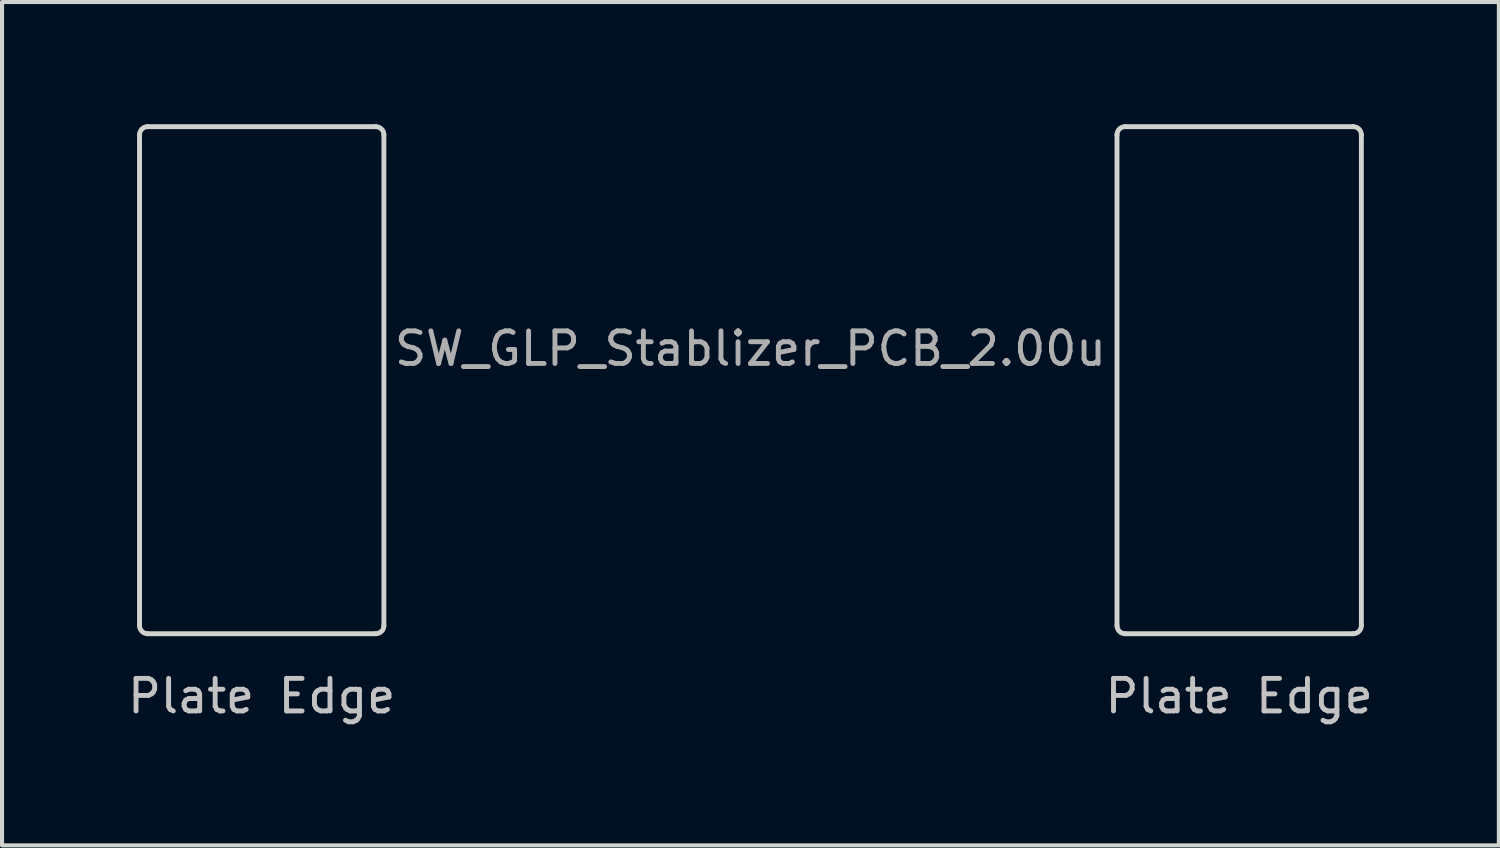
<source format=kicad_pcb>
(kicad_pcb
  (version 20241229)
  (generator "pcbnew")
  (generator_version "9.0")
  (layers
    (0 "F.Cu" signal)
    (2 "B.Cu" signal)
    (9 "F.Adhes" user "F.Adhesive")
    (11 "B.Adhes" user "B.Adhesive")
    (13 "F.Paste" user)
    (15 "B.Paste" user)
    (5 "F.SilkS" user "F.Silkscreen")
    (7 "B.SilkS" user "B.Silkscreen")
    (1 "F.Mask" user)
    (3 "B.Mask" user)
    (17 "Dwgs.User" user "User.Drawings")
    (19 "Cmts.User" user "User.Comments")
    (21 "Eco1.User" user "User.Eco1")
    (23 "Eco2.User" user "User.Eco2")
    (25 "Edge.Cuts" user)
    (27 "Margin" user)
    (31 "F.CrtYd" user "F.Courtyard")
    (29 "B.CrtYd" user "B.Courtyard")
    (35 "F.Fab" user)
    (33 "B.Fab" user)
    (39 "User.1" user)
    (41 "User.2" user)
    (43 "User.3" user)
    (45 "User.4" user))
  (footprint "SW_GLP_Stablizer_PCB_2.00u"
    (layer "F.Cu")
    (at 15.376 5.51)
    (property "Reference" "SW_GLP_Stablizer_PCB_2.00u" (at 0 0 0) (layer "F.Fab") (effects (font (size 0.8 0.8) (thickness 0.12))))
    (attr smd)
    (fp_line (start -15 -5.25) (end -15 6.8) (stroke (width 0.12) (type default)) (layer "Edge.Cuts"))
    (fp_line (start -14.8 7) (end -9.2 7) (stroke (width 0.12) (type default)) (layer "Edge.Cuts"))
    (fp_line (start -9.2 -5.45) (end -14.8 -5.45) (stroke (width 0.12) (type default)) (layer "Edge.Cuts"))
    (fp_line (start -9 -5.25) (end -9 6.8) (stroke (width 0.12) (type default)) (layer "Edge.Cuts"))
    (fp_line (start 9 -5.25) (end 9 6.8) (stroke (width 0.12) (type default)) (layer "Edge.Cuts"))
    (fp_line (start 9.2 7) (end 14.8 7) (stroke (width 0.12) (type default)) (layer "Edge.Cuts"))
    (fp_line (start 14.8 -5.45) (end 9.2 -5.45) (stroke (width 0.12) (type default)) (layer "Edge.Cuts"))
    (fp_line (start 15 -5.25) (end 15 6.8) (stroke (width 0.12) (type default)) (layer "Edge.Cuts"))
    (fp_arc (start -15 -5.25) (mid -14.941421 -5.391421) (end -14.8 -5.45) (stroke (width 0.12) (type default)) (layer "Edge.Cuts"))
    (fp_arc (start -14.8 7) (mid -14.941421 6.941421) (end -15 6.8) (stroke (width 0.12) (type default)) (layer "Edge.Cuts"))
    (fp_arc (start -9.2 -5.45) (mid -9.058579 -5.391421) (end -9 -5.25) (stroke (width 0.12) (type default)) (layer "Edge.Cuts"))
    (fp_arc (start -9 6.8) (mid -9.058579 6.941421) (end -9.2 7) (stroke (width 0.12) (type default)) (layer "Edge.Cuts"))
    (fp_arc (start 9 -5.25) (mid 9.058579 -5.391421) (end 9.2 -5.45) (stroke (width 0.12) (type default)) (layer "Edge.Cuts"))
    (fp_arc (start 9.2 7) (mid 9.058579 6.941421) (end 9 6.8) (stroke (width 0.12) (type default)) (layer "Edge.Cuts"))
    (fp_arc (start 14.8 -5.45) (mid 14.941421 -5.391421) (end 15 -5.25) (stroke (width 0.12) (type default)) (layer "Edge.Cuts"))
    (fp_arc (start 15 6.8) (mid 14.941421 6.941421) (end 14.8 7) (stroke (width 0.12) (type default)) (layer "Edge.Cuts"))
    (fp_text user "Plate Edge" (at 12 9 0) (unlocked yes) (layer "Dwgs.User") (effects (font (size 0.8 0.8) (thickness 0.12)) (justify bottom)))
    (fp_text user "Plate Edge" (at -12 9 0) (unlocked yes) (layer "Dwgs.User") (effects (font (size 0.8 0.8) (thickness 0.12)) (justify bottom))))
  (gr_rect
    (start -3 -3)
    (end 33.752 17.707)
    (stroke (width 0.1) (type default))
    (fill no)
    (layer "Edge.Cuts")))
</source>
